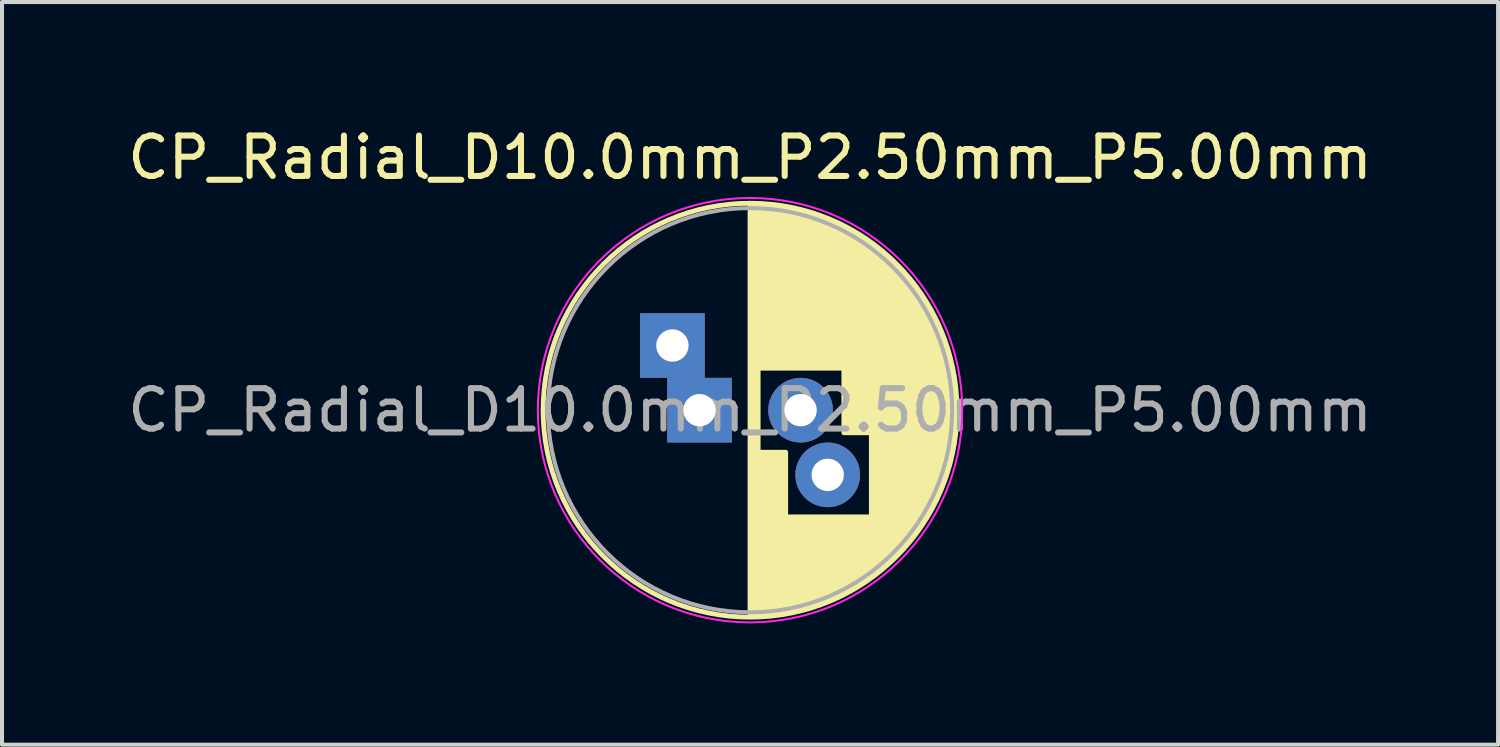
<source format=kicad_pcb>
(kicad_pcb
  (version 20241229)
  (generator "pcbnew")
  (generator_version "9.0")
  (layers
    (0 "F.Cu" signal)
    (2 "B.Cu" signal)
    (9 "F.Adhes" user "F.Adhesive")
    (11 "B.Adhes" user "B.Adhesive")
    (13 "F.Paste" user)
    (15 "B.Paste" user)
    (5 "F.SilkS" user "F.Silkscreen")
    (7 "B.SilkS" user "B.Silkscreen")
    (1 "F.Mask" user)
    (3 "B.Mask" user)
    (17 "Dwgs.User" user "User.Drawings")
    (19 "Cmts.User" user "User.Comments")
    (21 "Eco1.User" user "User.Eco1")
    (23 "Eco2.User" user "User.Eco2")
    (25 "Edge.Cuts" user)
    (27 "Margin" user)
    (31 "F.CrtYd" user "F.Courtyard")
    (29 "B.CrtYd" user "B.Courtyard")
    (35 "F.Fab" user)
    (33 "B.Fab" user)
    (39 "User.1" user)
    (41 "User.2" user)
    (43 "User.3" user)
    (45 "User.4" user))
  (footprint "CP_Radial_D10.0mm_P2.50mm_P5.00mm"
    (layer "F.Cu")
    (at 14.256 7.098)
    (property "Reference" "CP_Radial_D10.0mm_P2.50mm_P5.00mm" (at 1.25 -6.25 0) (layer "F.SilkS") (effects (font (size 1 1) (thickness 0.15))))
    (attr through_hole)
    (fp_line (start 1.25 -5.08) (end 1.25 5.08) (stroke (width 0.12) (type solid)) (layer "F.SilkS"))
    (fp_line (start 1.29 -5.08) (end 1.29 5.08) (stroke (width 0.12) (type solid)) (layer "F.SilkS"))
    (fp_line (start 1.33 -5.08) (end 1.33 5.08) (stroke (width 0.12) (type solid)) (layer "F.SilkS"))
    (fp_line (start 1.37 -5.079) (end 1.37 5.079) (stroke (width 0.12) (type solid)) (layer "F.SilkS"))
    (fp_line (start 1.41 -5.078) (end 1.41 5.078) (stroke (width 0.12) (type solid)) (layer "F.SilkS"))
    (fp_line (start 1.45 -5.077) (end 1.45 5.077) (stroke (width 0.12) (type solid)) (layer "F.SilkS"))
    (fp_line (start 1.49 -5.075) (end 1.49 -1.04) (stroke (width 0.12) (type solid)) (layer "F.SilkS"))
    (fp_line (start 1.49 1.04) (end 1.49 5.075) (stroke (width 0.12) (type solid)) (layer "F.SilkS"))
    (fp_line (start 1.53 -5.073) (end 1.53 -1.04) (stroke (width 0.12) (type solid)) (layer "F.SilkS"))
    (fp_line (start 1.53 1.04) (end 1.53 5.073) (stroke (width 0.12) (type solid)) (layer "F.SilkS"))
    (fp_line (start 1.57 -5.07) (end 1.57 -1.04) (stroke (width 0.12) (type solid)) (layer "F.SilkS"))
    (fp_line (start 1.57 1.04) (end 1.57 5.07) (stroke (width 0.12) (type solid)) (layer "F.SilkS"))
    (fp_line (start 1.61 -5.068) (end 1.61 -1.04) (stroke (width 0.12) (type solid)) (layer "F.SilkS"))
    (fp_line (start 1.61 1.04) (end 1.61 5.068) (stroke (width 0.12) (type solid)) (layer "F.SilkS"))
    (fp_line (start 1.65 -5.065) (end 1.65 -1.04) (stroke (width 0.12) (type solid)) (layer "F.SilkS"))
    (fp_line (start 1.65 1.04) (end 1.65 5.065) (stroke (width 0.12) (type solid)) (layer "F.SilkS"))
    (fp_line (start 1.69 -5.062) (end 1.69 -1.04) (stroke (width 0.12) (type solid)) (layer "F.SilkS"))
    (fp_line (start 1.69 1.04) (end 1.69 5.062) (stroke (width 0.12) (type solid)) (layer "F.SilkS"))
    (fp_line (start 1.73 -5.058) (end 1.73 -1.04) (stroke (width 0.12) (type solid)) (layer "F.SilkS"))
    (fp_line (start 1.73 1.04) (end 1.73 5.058) (stroke (width 0.12) (type solid)) (layer "F.SilkS"))
    (fp_line (start 1.77 -5.054) (end 1.77 -1.04) (stroke (width 0.12) (type solid)) (layer "F.SilkS"))
    (fp_line (start 1.77 1.04) (end 1.77 5.054) (stroke (width 0.12) (type solid)) (layer "F.SilkS"))
    (fp_line (start 1.81 -5.05) (end 1.81 -1.04) (stroke (width 0.12) (type solid)) (layer "F.SilkS"))
    (fp_line (start 1.81 1.04) (end 1.81 5.05) (stroke (width 0.12) (type solid)) (layer "F.SilkS"))
    (fp_line (start 1.85 -5.045) (end 1.85 -1.04) (stroke (width 0.12) (type solid)) (layer "F.SilkS"))
    (fp_line (start 1.85 1.04) (end 1.85 5.045) (stroke (width 0.12) (type solid)) (layer "F.SilkS"))
    (fp_line (start 1.89 -5.04) (end 1.89 -1.04) (stroke (width 0.12) (type solid)) (layer "F.SilkS"))
    (fp_line (start 1.89 1.04) (end 1.89 5.04) (stroke (width 0.12) (type solid)) (layer "F.SilkS"))
    (fp_line (start 1.93 -5.035) (end 1.93 -1.04) (stroke (width 0.12) (type solid)) (layer "F.SilkS"))
    (fp_line (start 1.93 1.04) (end 1.93 5.035) (stroke (width 0.12) (type solid)) (layer "F.SilkS"))
    (fp_line (start 1.971 -5.03) (end 1.971 -1.04) (stroke (width 0.12) (type solid)) (layer "F.SilkS"))
    (fp_line (start 1.971 1.04) (end 1.971 5.03) (stroke (width 0.12) (type solid)) (layer "F.SilkS"))
    (fp_line (start 2.011 -5.024) (end 2.011 -1.04) (stroke (width 0.12) (type solid)) (layer "F.SilkS"))
    (fp_line (start 2.011 1.04) (end 2.011 5.024) (stroke (width 0.12) (type solid)) (layer "F.SilkS"))
    (fp_line (start 2.051 -5.018) (end 2.051 -1.04) (stroke (width 0.12) (type solid)) (layer "F.SilkS"))
    (fp_line (start 2.051 1.04) (end 2.051 5.018) (stroke (width 0.12) (type solid)) (layer "F.SilkS"))
    (fp_line (start 2.091 -5.011) (end 2.091 -1.04) (stroke (width 0.12) (type solid)) (layer "F.SilkS"))
    (fp_line (start 2.091 1.04) (end 2.091 5.011) (stroke (width 0.12) (type solid)) (layer "F.SilkS"))
    (fp_line (start 2.131 -5.004) (end 2.131 -1.04) (stroke (width 0.12) (type solid)) (layer "F.SilkS"))
    (fp_line (start 2.131 1.04) (end 2.131 5.004) (stroke (width 0.12) (type solid)) (layer "F.SilkS"))
    (fp_line (start 2.171 -4.997) (end 2.171 -1.04) (stroke (width 0.12) (type solid)) (layer "F.SilkS"))
    (fp_line (start 2.171 2.64) (end 2.171 4.997) (stroke (width 0.12) (type solid)) (layer "F.SilkS"))
    (fp_line (start 2.211 -4.99) (end 2.211 -1.04) (stroke (width 0.12) (type solid)) (layer "F.SilkS"))
    (fp_line (start 2.211 2.64) (end 2.211 4.99) (stroke (width 0.12) (type solid)) (layer "F.SilkS"))
    (fp_line (start 2.251 -4.982) (end 2.251 -1.04) (stroke (width 0.12) (type solid)) (layer "F.SilkS"))
    (fp_line (start 2.251 2.64) (end 2.251 4.982) (stroke (width 0.12) (type solid)) (layer "F.SilkS"))
    (fp_line (start 2.291 -4.974) (end 2.291 -1.04) (stroke (width 0.12) (type solid)) (layer "F.SilkS"))
    (fp_line (start 2.291 2.64) (end 2.291 4.974) (stroke (width 0.12) (type solid)) (layer "F.SilkS"))
    (fp_line (start 2.331 -4.965) (end 2.331 -1.04) (stroke (width 0.12) (type solid)) (layer "F.SilkS"))
    (fp_line (start 2.331 2.64) (end 2.331 4.965) (stroke (width 0.12) (type solid)) (layer "F.SilkS"))
    (fp_line (start 2.371 -4.956) (end 2.371 -1.04) (stroke (width 0.12) (type solid)) (layer "F.SilkS"))
    (fp_line (start 2.371 2.64) (end 2.371 4.956) (stroke (width 0.12) (type solid)) (layer "F.SilkS"))
    (fp_line (start 2.411 -4.947) (end 2.411 -1.04) (stroke (width 0.12) (type solid)) (layer "F.SilkS"))
    (fp_line (start 2.411 2.64) (end 2.411 4.947) (stroke (width 0.12) (type solid)) (layer "F.SilkS"))
    (fp_line (start 2.451 -4.938) (end 2.451 -1.04) (stroke (width 0.12) (type solid)) (layer "F.SilkS"))
    (fp_line (start 2.451 2.64) (end 2.451 4.938) (stroke (width 0.12) (type solid)) (layer "F.SilkS"))
    (fp_line (start 2.491 -4.928) (end 2.491 -1.04) (stroke (width 0.12) (type solid)) (layer "F.SilkS"))
    (fp_line (start 2.491 2.64) (end 2.491 4.928) (stroke (width 0.12) (type solid)) (layer "F.SilkS"))
    (fp_line (start 2.531 -4.918) (end 2.531 -1.04) (stroke (width 0.12) (type solid)) (layer "F.SilkS"))
    (fp_line (start 2.531 2.64) (end 2.531 4.918) (stroke (width 0.12) (type solid)) (layer "F.SilkS"))
    (fp_line (start 2.571 -4.907) (end 2.571 -1.04) (stroke (width 0.12) (type solid)) (layer "F.SilkS"))
    (fp_line (start 2.571 2.64) (end 2.571 4.907) (stroke (width 0.12) (type solid)) (layer "F.SilkS"))
    (fp_line (start 2.611 -4.897) (end 2.611 -1.04) (stroke (width 0.12) (type solid)) (layer "F.SilkS"))
    (fp_line (start 2.611 2.64) (end 2.611 4.897) (stroke (width 0.12) (type solid)) (layer "F.SilkS"))
    (fp_line (start 2.651 -4.885) (end 2.651 -1.04) (stroke (width 0.12) (type solid)) (layer "F.SilkS"))
    (fp_line (start 2.651 2.64) (end 2.651 4.885) (stroke (width 0.12) (type solid)) (layer "F.SilkS"))
    (fp_line (start 2.691 -4.874) (end 2.691 -1.04) (stroke (width 0.12) (type solid)) (layer "F.SilkS"))
    (fp_line (start 2.691 2.64) (end 2.691 4.874) (stroke (width 0.12) (type solid)) (layer "F.SilkS"))
    (fp_line (start 2.731 -4.862) (end 2.731 -1.04) (stroke (width 0.12) (type solid)) (layer "F.SilkS"))
    (fp_line (start 2.731 2.64) (end 2.731 4.862) (stroke (width 0.12) (type solid)) (layer "F.SilkS"))
    (fp_line (start 2.771 -4.85) (end 2.771 -1.04) (stroke (width 0.12) (type solid)) (layer "F.SilkS"))
    (fp_line (start 2.771 2.64) (end 2.771 4.85) (stroke (width 0.12) (type solid)) (layer "F.SilkS"))
    (fp_line (start 2.811 -4.837) (end 2.811 -1.04) (stroke (width 0.12) (type solid)) (layer "F.SilkS"))
    (fp_line (start 2.811 2.64) (end 2.811 4.837) (stroke (width 0.12) (type solid)) (layer "F.SilkS"))
    (fp_line (start 2.851 -4.824) (end 2.851 -1.04) (stroke (width 0.12) (type solid)) (layer "F.SilkS"))
    (fp_line (start 2.851 2.64) (end 2.851 4.824) (stroke (width 0.12) (type solid)) (layer "F.SilkS"))
    (fp_line (start 2.891 -4.811) (end 2.891 -1.04) (stroke (width 0.12) (type solid)) (layer "F.SilkS"))
    (fp_line (start 2.891 2.64) (end 2.891 4.811) (stroke (width 0.12) (type solid)) (layer "F.SilkS"))
    (fp_line (start 2.931 -4.797) (end 2.931 -1.04) (stroke (width 0.12) (type solid)) (layer "F.SilkS"))
    (fp_line (start 2.931 2.64) (end 2.931 4.797) (stroke (width 0.12) (type solid)) (layer "F.SilkS"))
    (fp_line (start 2.971 -4.783) (end 2.971 -1.04) (stroke (width 0.12) (type solid)) (layer "F.SilkS"))
    (fp_line (start 2.971 2.64) (end 2.971 4.783) (stroke (width 0.12) (type solid)) (layer "F.SilkS"))
    (fp_line (start 3.011 -4.768) (end 3.011 -1.04) (stroke (width 0.12) (type solid)) (layer "F.SilkS"))
    (fp_line (start 3.011 2.64) (end 3.011 4.768) (stroke (width 0.12) (type solid)) (layer "F.SilkS"))
    (fp_line (start 3.051 -4.754) (end 3.051 -1.04) (stroke (width 0.12) (type solid)) (layer "F.SilkS"))
    (fp_line (start 3.051 2.64) (end 3.051 4.754) (stroke (width 0.12) (type solid)) (layer "F.SilkS"))
    (fp_line (start 3.091 -4.738) (end 3.091 -1.04) (stroke (width 0.12) (type solid)) (layer "F.SilkS"))
    (fp_line (start 3.091 2.64) (end 3.091 4.738) (stroke (width 0.12) (type solid)) (layer "F.SilkS"))
    (fp_line (start 3.131 -4.723) (end 3.131 -1.04) (stroke (width 0.12) (type solid)) (layer "F.SilkS"))
    (fp_line (start 3.131 2.64) (end 3.131 4.723) (stroke (width 0.12) (type solid)) (layer "F.SilkS"))
    (fp_line (start 3.171 -4.707) (end 3.171 -1.04) (stroke (width 0.12) (type solid)) (layer "F.SilkS"))
    (fp_line (start 3.171 2.64) (end 3.171 4.707) (stroke (width 0.12) (type solid)) (layer "F.SilkS"))
    (fp_line (start 3.211 -4.69) (end 3.211 -1.04) (stroke (width 0.12) (type solid)) (layer "F.SilkS"))
    (fp_line (start 3.211 2.64) (end 3.211 4.69) (stroke (width 0.12) (type solid)) (layer "F.SilkS"))
    (fp_line (start 3.251 -4.674) (end 3.251 -1.04) (stroke (width 0.12) (type solid)) (layer "F.SilkS"))
    (fp_line (start 3.251 2.64) (end 3.251 4.674) (stroke (width 0.12) (type solid)) (layer "F.SilkS"))
    (fp_line (start 3.291 -4.657) (end 3.291 -1.04) (stroke (width 0.12) (type solid)) (layer "F.SilkS"))
    (fp_line (start 3.291 2.64) (end 3.291 4.657) (stroke (width 0.12) (type solid)) (layer "F.SilkS"))
    (fp_line (start 3.331 -4.639) (end 3.331 -1.04) (stroke (width 0.12) (type solid)) (layer "F.SilkS"))
    (fp_line (start 3.331 2.64) (end 3.331 4.639) (stroke (width 0.12) (type solid)) (layer "F.SilkS"))
    (fp_line (start 3.371 -4.621) (end 3.371 -1.04) (stroke (width 0.12) (type solid)) (layer "F.SilkS"))
    (fp_line (start 3.371 2.64) (end 3.371 4.621) (stroke (width 0.12) (type solid)) (layer "F.SilkS"))
    (fp_line (start 3.411 -4.603) (end 3.411 -1.04) (stroke (width 0.12) (type solid)) (layer "F.SilkS"))
    (fp_line (start 3.411 2.64) (end 3.411 4.603) (stroke (width 0.12) (type solid)) (layer "F.SilkS"))
    (fp_line (start 3.451 -4.584) (end 3.451 -1.04) (stroke (width 0.12) (type solid)) (layer "F.SilkS"))
    (fp_line (start 3.451 2.64) (end 3.451 4.584) (stroke (width 0.12) (type solid)) (layer "F.SilkS"))
    (fp_line (start 3.491 -4.564) (end 3.491 -1.04) (stroke (width 0.12) (type solid)) (layer "F.SilkS"))
    (fp_line (start 3.491 2.64) (end 3.491 4.564) (stroke (width 0.12) (type solid)) (layer "F.SilkS"))
    (fp_line (start 3.531 -4.545) (end 3.531 -1.04) (stroke (width 0.12) (type solid)) (layer "F.SilkS"))
    (fp_line (start 3.531 2.64) (end 3.531 4.545) (stroke (width 0.12) (type solid)) (layer "F.SilkS"))
    (fp_line (start 3.571 -4.525) (end 3.571 0.56) (stroke (width 0.12) (type solid)) (layer "F.SilkS"))
    (fp_line (start 3.571 2.64) (end 3.571 4.525) (stroke (width 0.12) (type solid)) (layer "F.SilkS"))
    (fp_line (start 3.611 -4.504) (end 3.611 0.56) (stroke (width 0.12) (type solid)) (layer "F.SilkS"))
    (fp_line (start 3.611 2.64) (end 3.611 4.504) (stroke (width 0.12) (type solid)) (layer "F.SilkS"))
    (fp_line (start 3.651 -4.483) (end 3.651 0.56) (stroke (width 0.12) (type solid)) (layer "F.SilkS"))
    (fp_line (start 3.651 2.64) (end 3.651 4.483) (stroke (width 0.12) (type solid)) (layer "F.SilkS"))
    (fp_line (start 3.691 -4.462) (end 3.691 0.56) (stroke (width 0.12) (type solid)) (layer "F.SilkS"))
    (fp_line (start 3.691 2.64) (end 3.691 4.462) (stroke (width 0.12) (type solid)) (layer "F.SilkS"))
    (fp_line (start 3.731 -4.44) (end 3.731 0.56) (stroke (width 0.12) (type solid)) (layer "F.SilkS"))
    (fp_line (start 3.731 2.64) (end 3.731 4.44) (stroke (width 0.12) (type solid)) (layer "F.SilkS"))
    (fp_line (start 3.771 -4.417) (end 3.771 0.56) (stroke (width 0.12) (type solid)) (layer "F.SilkS"))
    (fp_line (start 3.771 2.64) (end 3.771 4.417) (stroke (width 0.12) (type solid)) (layer "F.SilkS"))
    (fp_line (start 3.811 -4.395) (end 3.811 0.56) (stroke (width 0.12) (type solid)) (layer "F.SilkS"))
    (fp_line (start 3.811 2.64) (end 3.811 4.395) (stroke (width 0.12) (type solid)) (layer "F.SilkS"))
    (fp_line (start 3.851 -4.371) (end 3.851 0.56) (stroke (width 0.12) (type solid)) (layer "F.SilkS"))
    (fp_line (start 3.851 2.64) (end 3.851 4.371) (stroke (width 0.12) (type solid)) (layer "F.SilkS"))
    (fp_line (start 3.891 -4.347) (end 3.891 0.56) (stroke (width 0.12) (type solid)) (layer "F.SilkS"))
    (fp_line (start 3.891 2.64) (end 3.891 4.347) (stroke (width 0.12) (type solid)) (layer "F.SilkS"))
    (fp_line (start 3.931 -4.323) (end 3.931 0.56) (stroke (width 0.12) (type solid)) (layer "F.SilkS"))
    (fp_line (start 3.931 2.64) (end 3.931 4.323) (stroke (width 0.12) (type solid)) (layer "F.SilkS"))
    (fp_line (start 3.971 -4.298) (end 3.971 0.56) (stroke (width 0.12) (type solid)) (layer "F.SilkS"))
    (fp_line (start 3.971 2.64) (end 3.971 4.298) (stroke (width 0.12) (type solid)) (layer "F.SilkS"))
    (fp_line (start 4.011 -4.273) (end 4.011 0.56) (stroke (width 0.12) (type solid)) (layer "F.SilkS"))
    (fp_line (start 4.011 2.64) (end 4.011 4.273) (stroke (width 0.12) (type solid)) (layer "F.SilkS"))
    (fp_line (start 4.051 -4.247) (end 4.051 0.56) (stroke (width 0.12) (type solid)) (layer "F.SilkS"))
    (fp_line (start 4.051 2.64) (end 4.051 4.247) (stroke (width 0.12) (type solid)) (layer "F.SilkS"))
    (fp_line (start 4.091 -4.221) (end 4.091 0.56) (stroke (width 0.12) (type solid)) (layer "F.SilkS"))
    (fp_line (start 4.091 2.64) (end 4.091 4.221) (stroke (width 0.12) (type solid)) (layer "F.SilkS"))
    (fp_line (start 4.131 -4.194) (end 4.131 0.56) (stroke (width 0.12) (type solid)) (layer "F.SilkS"))
    (fp_line (start 4.131 2.64) (end 4.131 4.194) (stroke (width 0.12) (type solid)) (layer "F.SilkS"))
    (fp_line (start 4.171 -4.166) (end 4.171 0.56) (stroke (width 0.12) (type solid)) (layer "F.SilkS"))
    (fp_line (start 4.171 2.64) (end 4.171 4.166) (stroke (width 0.12) (type solid)) (layer "F.SilkS"))
    (fp_line (start 4.211 -4.138) (end 4.211 0.56) (stroke (width 0.12) (type solid)) (layer "F.SilkS"))
    (fp_line (start 4.211 2.64) (end 4.211 4.138) (stroke (width 0.12) (type solid)) (layer "F.SilkS"))
    (fp_line (start 4.251 -4.11) (end 4.251 4.11) (stroke (width 0.12) (type solid)) (layer "F.SilkS"))
    (fp_line (start 4.291 -4.08) (end 4.291 4.08) (stroke (width 0.12) (type solid)) (layer "F.SilkS"))
    (fp_line (start 4.331 -4.05) (end 4.331 4.05) (stroke (width 0.12) (type solid)) (layer "F.SilkS"))
    (fp_line (start 4.371 -4.02) (end 4.371 4.02) (stroke (width 0.12) (type solid)) (layer "F.SilkS"))
    (fp_line (start 4.411 -3.989) (end 4.411 3.989) (stroke (width 0.12) (type solid)) (layer "F.SilkS"))
    (fp_line (start 4.451 -3.957) (end 4.451 3.957) (stroke (width 0.12) (type solid)) (layer "F.SilkS"))
    (fp_line (start 4.491 -3.925) (end 4.491 3.925) (stroke (width 0.12) (type solid)) (layer "F.SilkS"))
    (fp_line (start 4.531 -3.892) (end 4.531 3.892) (stroke (width 0.12) (type solid)) (layer "F.SilkS"))
    (fp_line (start 4.571 -3.858) (end 4.571 3.858) (stroke (width 0.12) (type solid)) (layer "F.SilkS"))
    (fp_line (start 4.611 -3.824) (end 4.611 3.824) (stroke (width 0.12) (type solid)) (layer "F.SilkS"))
    (fp_line (start 4.651 -3.789) (end 4.651 3.789) (stroke (width 0.12) (type solid)) (layer "F.SilkS"))
    (fp_line (start 4.691 -3.753) (end 4.691 3.753) (stroke (width 0.12) (type solid)) (layer "F.SilkS"))
    (fp_line (start 4.731 -3.716) (end 4.731 3.716) (stroke (width 0.12) (type solid)) (layer "F.SilkS"))
    (fp_line (start 4.771 -3.679) (end 4.771 3.679) (stroke (width 0.12) (type solid)) (layer "F.SilkS"))
    (fp_line (start 4.811 -3.64) (end 4.811 3.64) (stroke (width 0.12) (type solid)) (layer "F.SilkS"))
    (fp_line (start 4.851 -3.601) (end 4.851 3.601) (stroke (width 0.12) (type solid)) (layer "F.SilkS"))
    (fp_line (start 4.891 -3.561) (end 4.891 3.561) (stroke (width 0.12) (type solid)) (layer "F.SilkS"))
    (fp_line (start 4.931 -3.52) (end 4.931 3.52) (stroke (width 0.12) (type solid)) (layer "F.SilkS"))
    (fp_line (start 4.971 -3.478) (end 4.971 3.478) (stroke (width 0.12) (type solid)) (layer "F.SilkS"))
    (fp_line (start 5.011 -3.436) (end 5.011 3.436) (stroke (width 0.12) (type solid)) (layer "F.SilkS"))
    (fp_line (start 5.051 -3.392) (end 5.051 3.392) (stroke (width 0.12) (type solid)) (layer "F.SilkS"))
    (fp_line (start 5.091 -3.347) (end 5.091 3.347) (stroke (width 0.12) (type solid)) (layer "F.SilkS"))
    (fp_line (start 5.131 -3.301) (end 5.131 3.301) (stroke (width 0.12) (type solid)) (layer "F.SilkS"))
    (fp_line (start 5.171 -3.254) (end 5.171 3.254) (stroke (width 0.12) (type solid)) (layer "F.SilkS"))
    (fp_line (start 5.211 -3.206) (end 5.211 3.206) (stroke (width 0.12) (type solid)) (layer "F.SilkS"))
    (fp_line (start 5.251 -3.156) (end 5.251 3.156) (stroke (width 0.12) (type solid)) (layer "F.SilkS"))
    (fp_line (start 5.291 -3.106) (end 5.291 3.106) (stroke (width 0.12) (type solid)) (layer "F.SilkS"))
    (fp_line (start 5.331 -3.054) (end 5.331 3.054) (stroke (width 0.12) (type solid)) (layer "F.SilkS"))
    (fp_line (start 5.371 -3) (end 5.371 3) (stroke (width 0.12) (type solid)) (layer "F.SilkS"))
    (fp_line (start 5.411 -2.945) (end 5.411 2.945) (stroke (width 0.12) (type solid)) (layer "F.SilkS"))
    (fp_line (start 5.451 -2.889) (end 5.451 2.889) (stroke (width 0.12) (type solid)) (layer "F.SilkS"))
    (fp_line (start 5.491 -2.83) (end 5.491 2.83) (stroke (width 0.12) (type solid)) (layer "F.SilkS"))
    (fp_line (start 5.531 -2.77) (end 5.531 2.77) (stroke (width 0.12) (type solid)) (layer "F.SilkS"))
    (fp_line (start 5.571 -2.709) (end 5.571 2.709) (stroke (width 0.12) (type solid)) (layer "F.SilkS"))
    (fp_line (start 5.611 -2.645) (end 5.611 2.645) (stroke (width 0.12) (type solid)) (layer "F.SilkS"))
    (fp_line (start 5.651 -2.579) (end 5.651 2.579) (stroke (width 0.12) (type solid)) (layer "F.SilkS"))
    (fp_line (start 5.691 -2.51) (end 5.691 2.51) (stroke (width 0.12) (type solid)) (layer "F.SilkS"))
    (fp_line (start 5.731 -2.439) (end 5.731 2.439) (stroke (width 0.12) (type solid)) (layer "F.SilkS"))
    (fp_line (start 5.771 -2.365) (end 5.771 2.365) (stroke (width 0.12) (type solid)) (layer "F.SilkS"))
    (fp_line (start 5.811 -2.289) (end 5.811 2.289) (stroke (width 0.12) (type solid)) (layer "F.SilkS"))
    (fp_line (start 5.851 -2.209) (end 5.851 2.209) (stroke (width 0.12) (type solid)) (layer "F.SilkS"))
    (fp_line (start 5.891 -2.125) (end 5.891 2.125) (stroke (width 0.12) (type solid)) (layer "F.SilkS"))
    (fp_line (start 5.931 -2.037) (end 5.931 2.037) (stroke (width 0.12) (type solid)) (layer "F.SilkS"))
    (fp_line (start 5.971 -1.944) (end 5.971 1.944) (stroke (width 0.12) (type solid)) (layer "F.SilkS"))
    (fp_line (start 6.011 -1.846) (end 6.011 1.846) (stroke (width 0.12) (type solid)) (layer "F.SilkS"))
    (fp_line (start 6.051 -1.742) (end 6.051 1.742) (stroke (width 0.12) (type solid)) (layer "F.SilkS"))
    (fp_line (start 6.091 -1.63) (end 6.091 1.63) (stroke (width 0.12) (type solid)) (layer "F.SilkS"))
    (fp_line (start 6.131 -1.51) (end 6.131 1.51) (stroke (width 0.12) (type solid)) (layer "F.SilkS"))
    (fp_line (start 6.171 -1.378) (end 6.171 1.378) (stroke (width 0.12) (type solid)) (layer "F.SilkS"))
    (fp_line (start 6.211 -1.23) (end 6.211 1.23) (stroke (width 0.12) (type solid)) (layer "F.SilkS"))
    (fp_line (start 6.251 -1.062) (end 6.251 1.062) (stroke (width 0.12) (type solid)) (layer "F.SilkS"))
    (fp_line (start 6.291 -0.862) (end 6.291 0.862) (stroke (width 0.12) (type solid)) (layer "F.SilkS"))
    (fp_line (start 6.331 -0.599) (end 6.331 0.599) (stroke (width 0.12) (type solid)) (layer "F.SilkS"))
    (fp_circle (center 1.25 0) (end 6.37 0) (stroke (width 0.12) (type solid)) (fill no) (layer "F.SilkS"))
    (fp_circle (center 1.25 0) (end 6.5 0) (stroke (width 0.05) (type solid)) (fill no) (layer "F.CrtYd"))
    (fp_circle (center 1.25 0) (end 6.25 0) (stroke (width 0.1) (type solid)) (fill no) (layer "F.Fab"))
    (fp_text user "${REFERENCE}" (at 1.25 0 0) (layer "F.Fab") (effects (font (size 1 1) (thickness 0.15))))
    (pad "1" thru_hole rect (at -0.671 -1.6) (size 1.6 1.6) (drill 0.8) (layers "*.Cu" "*.Mask"))
    (pad "1" thru_hole rect (at 0 0) (size 1.6 1.6) (drill 0.8) (layers "*.Cu" "*.Mask"))
    (pad "2" thru_hole circle (at 2.5 0) (size 1.6 1.6) (drill 0.8) (layers "*.Cu" "*.Mask"))
    (pad "2" thru_hole circle (at 3.171 1.6) (size 1.6 1.6) (drill 0.8) (layers "*.Cu" "*.Mask")))
  (gr_rect
    (start -3 -3)
    (end 34.012 15.373)
    (stroke (width 0.1) (type default))
    (fill no)
    (layer "Edge.Cuts")))
</source>
